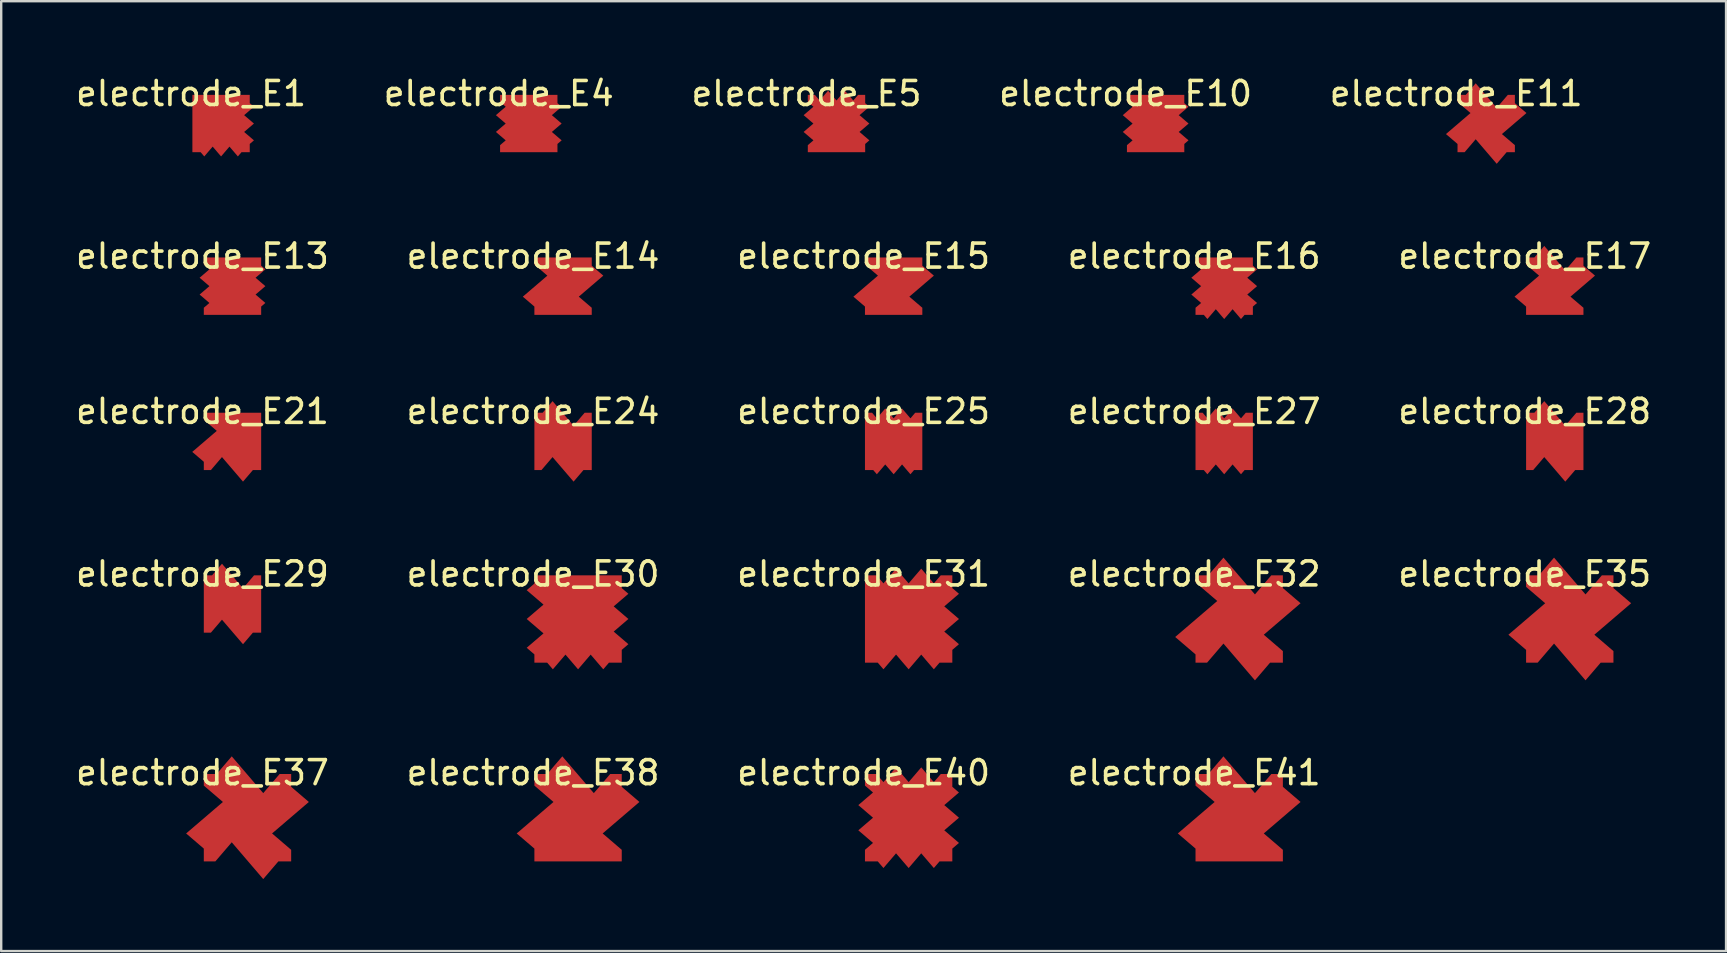
<source format=kicad_pcb>
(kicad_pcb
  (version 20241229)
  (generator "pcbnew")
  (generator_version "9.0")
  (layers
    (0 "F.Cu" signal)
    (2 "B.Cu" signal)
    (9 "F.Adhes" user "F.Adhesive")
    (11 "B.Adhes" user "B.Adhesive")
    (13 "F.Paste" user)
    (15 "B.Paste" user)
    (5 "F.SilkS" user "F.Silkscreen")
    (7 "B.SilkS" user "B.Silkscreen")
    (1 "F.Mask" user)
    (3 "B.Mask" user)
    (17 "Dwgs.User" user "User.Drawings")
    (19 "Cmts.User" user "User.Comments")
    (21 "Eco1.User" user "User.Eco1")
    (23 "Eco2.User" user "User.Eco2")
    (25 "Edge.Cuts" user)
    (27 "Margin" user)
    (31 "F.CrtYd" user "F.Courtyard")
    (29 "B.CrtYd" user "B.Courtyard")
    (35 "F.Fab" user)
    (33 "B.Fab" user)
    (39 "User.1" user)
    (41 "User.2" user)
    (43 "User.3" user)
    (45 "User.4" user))
  (footprint "electrode_E25"
    (layer "F.Cu")
    (at 32.935 14.091)
    (property "Reference" "electrode_E25" (at 0 0 0) (layer "F.SilkS") (effects (font (size 1 1) (thickness 0.15))))
    (attr through_hole)
    (pad "1" smd custom (at 1.25 1.25) (size 0.5 0.5) (layers "F.Cu" "F.Mask" "F.Paste") (options (anchor circle)) (primitives (gr_poly (pts (xy 0.7 -0.961) (xy 0.9 -1.195) (xy 1.195 -1.195) (xy 1.195 1.195) (xy 0.85 1.195) (xy 0.7 1.37) (xy 0.35 0.961) (xy 0 1.37) (xy -0.35 0.961) (xy -0.7 1.37) (xy -0.85 1.195) (xy -1.195 1.195) (xy -1.195 -1.195) (xy -0.9 -1.195) (xy -0.7 -0.961) (xy -0.35 -1.37) (xy 0 -0.961) (xy 0.35 -1.37)) (width 0.0001) (fill yes)))))
  (footprint "electrode_E4"
    (layer "F.Cu")
    (at 17.732 0.848)
    (property "Reference" "electrode_E4" (at 0 0 0) (layer "F.SilkS") (effects (font (size 1 1) (thickness 0.15))))
    (attr through_hole)
    (pad "1" smd custom (at 1.25 1.25) (size 0.5 0.5) (layers "F.Cu" "F.Mask" "F.Paste") (options (anchor circle)) (primitives (gr_poly (pts (xy 1.195 -0.85) (xy 1.37 -0.7) (xy 0.961 -0.35) (xy 1.37 0) (xy 0.961 0.35) (xy 1.37 0.7) (xy 1.195 0.85) (xy 1.195 1.195) (xy -1.195 1.195) (xy -1.195 0.9) (xy -0.961 0.7) (xy -1.37 0.35) (xy -0.961 0) (xy -1.37 -0.35) (xy -0.961 -0.7) (xy -1.195 -0.9) (xy -1.195 -1.195) (xy 1.195 -1.195)) (width 0.0001) (fill yes)))))
  (footprint "electrode_E27"
    (layer "F.Cu")
    (at 46.708 14.091)
    (property "Reference" "electrode_E27" (at 0 0 0) (layer "F.SilkS") (effects (font (size 1 1) (thickness 0.15))))
    (attr through_hole)
    (pad "1" smd custom (at 1.25 1.25) (size 0.5 0.5) (layers "F.Cu" "F.Mask" "F.Paste") (options (anchor circle)) (primitives (gr_poly (pts (xy 0.7 -0.961) (xy 0.9 -1.195) (xy 1.195 -1.195) (xy 1.195 1.195) (xy 0.85 1.195) (xy 0.7 1.37) (xy 0.35 0.961) (xy 0 1.37) (xy -0.35 0.961) (xy -0.7 1.37) (xy -0.85 1.195) (xy -1.195 1.195) (xy -1.195 -1.195) (xy -0.9 -1.195) (xy -0.7 -0.961) (xy -0.35 -1.37) (xy 0 -0.961) (xy 0.35 -1.37)) (width 0.0001) (fill yes)))))
  (footprint "electrode_E28"
    (layer "F.Cu")
    (at 60.482 14.091)
    (property "Reference" "electrode_E28" (at 0 0 0) (layer "F.SilkS") (effects (font (size 1 1) (thickness 0.15))))
    (attr through_hole)
    (pad "1" smd custom (at 1.25 1.25) (size 0.5 0.5) (layers "F.Cu" "F.Mask" "F.Paste") (options (anchor circle)) (primitives (gr_poly (pts (xy 0.438 -0.654) (xy 0.9 -1.195) (xy 1.195 -1.195) (xy 1.195 1.195) (xy 0.85 1.195) (xy 0.438 1.677) (xy -0.438 0.654) (xy -0.9 1.195) (xy -1.195 1.195) (xy -1.195 -1.195) (xy -0.85 -1.195) (xy -0.438 -1.677)) (width 0.0001) (fill yes)))))
  (footprint "electrode_E16"
    (layer "F.Cu")
    (at 46.708 7.623)
    (property "Reference" "electrode_E16" (at 0 0 0) (layer "F.SilkS") (effects (font (size 1 1) (thickness 0.15))))
    (attr through_hole)
    (pad "1" smd custom (at 1.25 1.25) (size 0.5 0.5) (layers "F.Cu" "F.Mask" "F.Paste") (options (anchor circle)) (primitives (gr_poly (pts (xy 1.195 -0.85) (xy 1.37 -0.7) (xy 0.961 -0.35) (xy 1.37 0) (xy 0.961 0.35) (xy 1.37 0.7) (xy 1.195 0.85) (xy 1.195 1.195) (xy 0.85 1.195) (xy 0.7 1.37) (xy 0.35 0.961) (xy 0 1.37) (xy -0.35 0.961) (xy -0.7 1.37) (xy -0.85 1.195) (xy -1.195 1.195) (xy -1.195 0.9) (xy -0.961 0.7) (xy -1.37 0.35) (xy -0.961 0) (xy -1.37 -0.35) (xy -0.961 -0.7) (xy -1.195 -0.9) (xy -1.195 -1.195) (xy 1.195 -1.195)) (width 0.0001) (fill yes)))))
  (footprint "electrode_E17"
    (layer "F.Cu")
    (at 60.482 7.623)
    (property "Reference" "electrode_E17" (at 0 0 0) (layer "F.SilkS") (effects (font (size 1 1) (thickness 0.15))))
    (attr through_hole)
    (pad "1" smd custom (at 1.25 1.25) (size 0.5 0.5) (layers "F.Cu" "F.Mask" "F.Paste") (options (anchor circle)) (primitives (gr_poly (pts (xy 0.438 -0.654) (xy 0.9 -1.195) (xy 1.195 -1.195) (xy 1.195 -0.85) (xy 1.677 -0.438) (xy 0.654 0.438) (xy 1.195 0.9) (xy 1.195 1.195) (xy -1.195 1.195) (xy -1.195 0.85) (xy -1.677 0.438) (xy -0.654 -0.438) (xy -1.195 -0.9) (xy -1.195 -1.195) (xy -0.85 -1.195) (xy -0.438 -1.677)) (width 0.0001) (fill yes)))))
  (footprint "electrode_E10"
    (layer "F.Cu")
    (at 43.851 0.848)
    (property "Reference" "electrode_E10" (at 0 0 0) (layer "F.SilkS") (effects (font (size 1 1) (thickness 0.15))))
    (attr through_hole)
    (pad "1" smd custom (at 1.25 1.25) (size 0.5 0.5) (layers "F.Cu" "F.Mask" "F.Paste") (options (anchor circle)) (primitives (gr_poly (pts (xy 1.195 -0.85) (xy 1.37 -0.7) (xy 0.961 -0.35) (xy 1.37 0) (xy 0.961 0.35) (xy 1.37 0.7) (xy 1.195 0.85) (xy 1.195 1.195) (xy -1.195 1.195) (xy -1.195 0.9) (xy -0.961 0.7) (xy -1.37 0.35) (xy -0.961 0) (xy -1.37 -0.35) (xy -0.961 -0.7) (xy -1.195 -0.9) (xy -1.195 -1.195) (xy 1.195 -1.195)) (width 0.0001) (fill yes)))))
  (footprint "electrode_E30"
    (layer "F.Cu")
    (at 19.161 20.866)
    (property "Reference" "electrode_E30" (at 0 0 0) (layer "F.SilkS") (effects (font (size 1 1) (thickness 0.15))))
    (attr through_hole)
    (pad "1" smd custom (at 1.875 1.875) (size 0.5 0.5) (layers "F.Cu" "F.Mask" "F.Paste") (options (anchor circle)) (primitives (gr_poly (pts (xy 1.82 -1.287) (xy 2.097 -1.05) (xy 1.484 -0.525) (xy 2.097 0) (xy 1.484 0.525) (xy 2.097 1.05) (xy 1.82 1.287) (xy 1.82 1.82) (xy 1.287 1.82) (xy 1.05 2.097) (xy 0.525 1.484) (xy 0 2.097) (xy -0.525 1.484) (xy -1.05 2.097) (xy -1.287 1.82) (xy -1.82 1.82) (xy -1.82 1.475) (xy -2.141 1.2) (xy -1.44 0.6) (xy -2.141 0) (xy -1.44 -0.6) (xy -2.141 -1.2) (xy -1.82 -1.475) (xy -1.82 -1.82) (xy 1.82 -1.82)) (width 0.0001) (fill yes)))))
  (footprint "electrode_E15"
    (layer "F.Cu")
    (at 32.935 7.623)
    (property "Reference" "electrode_E15" (at 0 0 0) (layer "F.SilkS") (effects (font (size 1 1) (thickness 0.15))))
    (attr through_hole)
    (pad "1" smd custom (at 1.25 1.25) (size 0.5 0.5) (layers "F.Cu" "F.Mask" "F.Paste") (options (anchor circle)) (primitives (gr_poly (pts (xy 1.195 -0.85) (xy 1.677 -0.438) (xy 0.654 0.438) (xy 1.195 0.9) (xy 1.195 1.195) (xy -1.195 1.195) (xy -1.195 0.85) (xy -1.677 0.438) (xy -0.654 -0.438) (xy -1.195 -0.9) (xy -1.195 -1.195) (xy 1.195 -1.195)) (width 0.0001) (fill yes)))))
  (footprint "electrode_E21"
    (layer "F.Cu")
    (at 5.387 14.091)
    (property "Reference" "electrode_E21" (at 0 0 0) (layer "F.SilkS") (effects (font (size 1 1) (thickness 0.15))))
    (attr through_hole)
    (pad "1" smd custom (at 1.25 1.25) (size 0.5 0.5) (layers "F.Cu" "F.Mask" "F.Paste") (options (anchor circle)) (primitives (gr_poly (pts (xy 1.195 1.195) (xy 0.85 1.195) (xy 0.438 1.677) (xy -0.438 0.654) (xy -0.9 1.195) (xy -1.195 1.195) (xy -1.195 0.85) (xy -1.677 0.438) (xy -0.654 -0.438) (xy -1.195 -0.9) (xy -1.195 -1.195) (xy 1.195 -1.195)) (width 0.0001) (fill yes)))))
  (footprint "electrode_E40"
    (layer "F.Cu")
    (at 32.935 29.146)
    (property "Reference" "electrode_E40" (at 0 0 0) (layer "F.SilkS") (effects (font (size 1 1) (thickness 0.15))))
    (attr through_hole)
    (pad "1" smd custom (at 1.875 1.875) (size 0.5 0.5) (layers "F.Cu" "F.Mask" "F.Paste") (options (anchor circle)) (primitives (gr_poly (pts (xy 1.05 -1.484) (xy 1.338 -1.82) (xy 1.82 -1.82) (xy 1.82 -1.287) (xy 2.097 -1.05) (xy 1.484 -0.525) (xy 2.097 0) (xy 1.484 0.525) (xy 2.097 1.05) (xy 1.82 1.287) (xy 1.82 1.82) (xy 1.287 1.82) (xy 1.05 2.097) (xy 0.525 1.484) (xy 0 2.097) (xy -0.525 1.484) (xy -1.05 2.097) (xy -1.287 1.82) (xy -1.82 1.82) (xy -1.82 1.338) (xy -1.484 1.05) (xy -2.097 0.525) (xy -1.484 0) (xy -2.097 -0.525) (xy -1.484 -1.05) (xy -1.82 -1.338) (xy -1.82 -1.82) (xy -1.338 -1.82) (xy -1.05 -1.484) (xy -0.525 -2.097) (xy 0 -1.484) (xy 0.525 -2.097)) (width 0.0001) (fill yes)))))
  (footprint "electrode_E31"
    (layer "F.Cu")
    (at 32.935 20.866)
    (property "Reference" "electrode_E31" (at 0 0 0) (layer "F.SilkS") (effects (font (size 1 1) (thickness 0.15))))
    (attr through_hole)
    (pad "1" smd custom (at 1.875 1.875) (size 0.5 0.5) (layers "F.Cu" "F.Mask" "F.Paste") (options (anchor circle)) (primitives (gr_poly (pts (xy 1.05 -1.484) (xy 1.338 -1.82) (xy 1.82 -1.82) (xy 1.82 -1.287) (xy 2.097 -1.05) (xy 1.484 -0.525) (xy 2.097 0) (xy 1.484 0.525) (xy 2.097 1.05) (xy 1.82 1.287) (xy 1.82 1.82) (xy 1.287 1.82) (xy 1.05 2.097) (xy 0.525 1.484) (xy 0 2.097) (xy -0.525 1.484) (xy -1.05 2.097) (xy -1.287 1.82) (xy -1.82 1.82) (xy -1.82 -1.82) (xy -1.338 -1.82) (xy -1.05 -1.484) (xy -0.525 -2.097) (xy 0 -1.484) (xy 0.525 -2.097)) (width 0.0001) (fill yes)))))
  (footprint "electrode_E11"
    (layer "F.Cu")
    (at 57.625 0.848)
    (property "Reference" "electrode_E11" (at 0 0 0) (layer "F.SilkS") (effects (font (size 1 1) (thickness 0.15))))
    (attr through_hole)
    (pad "1" smd custom (at 1.25 1.25) (size 0.5 0.5) (layers "F.Cu" "F.Mask" "F.Paste") (options (anchor circle)) (primitives (gr_poly (pts (xy 0.438 -0.654) (xy 0.9 -1.195) (xy 1.195 -1.195) (xy 1.195 -0.85) (xy 1.677 -0.438) (xy 0.654 0.438) (xy 1.195 0.9) (xy 1.195 1.195) (xy 0.85 1.195) (xy 0.438 1.677) (xy -0.438 0.654) (xy -0.9 1.195) (xy -1.195 1.195) (xy -1.195 0.85) (xy -1.677 0.438) (xy -0.654 -0.438) (xy -1.195 -0.9) (xy -1.195 -1.195) (xy -0.85 -1.195) (xy -0.438 -1.677)) (width 0.0001) (fill yes)))))
  (footprint "electrode_E14"
    (layer "F.Cu")
    (at 19.161 7.623)
    (property "Reference" "electrode_E14" (at 0 0 0) (layer "F.SilkS") (effects (font (size 1 1) (thickness 0.15))))
    (attr through_hole)
    (pad "1" smd custom (at 1.25 1.25) (size 0.5 0.5) (layers "F.Cu" "F.Mask" "F.Paste") (options (anchor circle)) (primitives (gr_poly (pts (xy 1.195 -0.85) (xy 1.677 -0.438) (xy 0.654 0.438) (xy 1.195 0.9) (xy 1.195 1.195) (xy -1.195 1.195) (xy -1.195 0.85) (xy -1.677 0.438) (xy -0.654 -0.438) (xy -1.195 -0.9) (xy -1.195 -1.195) (xy 1.195 -1.195)) (width 0.0001) (fill yes)))))
  (footprint "electrode_E32"
    (layer "F.Cu")
    (at 46.708 20.866)
    (property "Reference" "electrode_E32" (at 0 0 0) (layer "F.SilkS") (effects (font (size 1 1) (thickness 0.15))))
    (attr through_hole)
    (pad "1" smd custom (at 1.875 1.875) (size 0.5 0.5) (layers "F.Cu" "F.Mask" "F.Paste") (options (anchor circle)) (primitives (gr_poly (pts (xy 0.656 -1.024) (xy 1.338 -1.82) (xy 1.82 -1.82) (xy 1.82 -1.287) (xy 2.557 -0.656) (xy 1.024 0.656) (xy 1.82 1.338) (xy 1.82 1.82) (xy 1.287 1.82) (xy 0.656 2.557) (xy -0.656 1.024) (xy -1.338 1.82) (xy -1.82 1.82) (xy -1.82 1.475) (xy -2.667 0.75) (xy -0.914 -0.75) (xy -1.82 -1.525) (xy -1.82 -1.82) (xy -1.287 -1.82) (xy -0.656 -2.557)) (width 0.0001) (fill yes)))))
  (footprint "electrode_E24"
    (layer "F.Cu")
    (at 19.161 14.091)
    (property "Reference" "electrode_E24" (at 0 0 0) (layer "F.SilkS") (effects (font (size 1 1) (thickness 0.15))))
    (attr through_hole)
    (pad "1" smd custom (at 1.25 1.25) (size 0.5 0.5) (layers "F.Cu" "F.Mask" "F.Paste") (options (anchor circle)) (primitives (gr_poly (pts (xy 0.438 -0.654) (xy 0.9 -1.195) (xy 1.195 -1.195) (xy 1.195 1.195) (xy 0.85 1.195) (xy 0.438 1.677) (xy -0.438 0.654) (xy -0.9 1.195) (xy -1.195 1.195) (xy -1.195 -1.195) (xy -0.85 -1.195) (xy -0.438 -1.677)) (width 0.0001) (fill yes)))))
  (footprint "electrode_E5"
    (layer "F.Cu")
    (at 30.554 0.848)
    (property "Reference" "electrode_E5" (at 0 0 0) (layer "F.SilkS") (effects (font (size 1 1) (thickness 0.15))))
    (attr through_hole)
    (pad "1" smd custom (at 1.25 1.25) (size 0.5 0.5) (layers "F.Cu" "F.Mask" "F.Paste") (options (anchor circle)) (primitives (gr_poly (pts (xy 0.7 -0.961) (xy 0.9 -1.195) (xy 1.195 -1.195) (xy 1.195 -0.85) (xy 1.37 -0.7) (xy 0.961 -0.35) (xy 1.37 0) (xy 0.961 0.35) (xy 1.37 0.7) (xy 1.195 0.85) (xy 1.195 1.195) (xy -1.195 1.195) (xy -1.195 0.9) (xy -0.961 0.7) (xy -1.37 0.35) (xy -0.961 0) (xy -1.37 -0.35) (xy -0.961 -0.7) (xy -1.195 -0.9) (xy -1.195 -1.195) (xy -0.9 -1.195) (xy -0.7 -0.961) (xy -0.35 -1.37) (xy 0 -0.961) (xy 0.35 -1.37)) (width 0.0001) (fill yes)))))
  (footprint "electrode_E38"
    (layer "F.Cu")
    (at 19.161 29.146)
    (property "Reference" "electrode_E38" (at 0 0 0) (layer "F.SilkS") (effects (font (size 1 1) (thickness 0.15))))
    (attr through_hole)
    (pad "1" smd custom (at 1.875 1.875) (size 0.5 0.5) (layers "F.Cu" "F.Mask" "F.Paste") (options (anchor circle)) (primitives (gr_poly (pts (xy 0.656 -1.024) (xy 1.338 -1.82) (xy 1.82 -1.82) (xy 1.82 -1.287) (xy 2.557 -0.656) (xy 1.024 0.656) (xy 1.82 1.338) (xy 1.82 1.82) (xy -1.82 1.82) (xy -1.82 1.287) (xy -2.557 0.656) (xy -1.024 -0.656) (xy -1.82 -1.338) (xy -1.82 -1.82) (xy -1.287 -1.82) (xy -0.656 -2.557)) (width 0.0001) (fill yes)))))
  (footprint "electrode_E29"
    (layer "F.Cu")
    (at 5.387 20.866)
    (property "Reference" "electrode_E29" (at 0 0 0) (layer "F.SilkS") (effects (font (size 1 1) (thickness 0.15))))
    (attr through_hole)
    (pad "1" smd custom (at 1.25 1.25) (size 0.5 0.5) (layers "F.Cu" "F.Mask" "F.Paste") (options (anchor circle)) (primitives (gr_poly (pts (xy 0.438 -0.654) (xy 0.9 -1.195) (xy 1.195 -1.195) (xy 1.195 1.195) (xy 0.85 1.195) (xy 0.438 1.677) (xy -0.438 0.654) (xy -0.9 1.195) (xy -1.195 1.195) (xy -1.195 -1.195) (xy -0.85 -1.195) (xy -0.438 -1.677)) (width 0.0001) (fill yes)))))
  (footprint "electrode_E35"
    (layer "F.Cu")
    (at 60.482 20.866)
    (property "Reference" "electrode_E35" (at 0 0 0) (layer "F.SilkS") (effects (font (size 1 1) (thickness 0.15))))
    (attr through_hole)
    (pad "1" smd custom (at 1.875 1.875) (size 0.5 0.5) (layers "F.Cu" "F.Mask" "F.Paste") (options (anchor circle)) (primitives (gr_poly (pts (xy 0.656 -1.024) (xy 1.338 -1.82) (xy 1.82 -1.82) (xy 1.82 -1.287) (xy 2.557 -0.656) (xy 1.024 0.656) (xy 1.82 1.338) (xy 1.82 1.82) (xy 1.287 1.82) (xy 0.656 2.557) (xy -0.656 1.024) (xy -1.338 1.82) (xy -1.82 1.82) (xy -1.82 1.287) (xy -2.557 0.656) (xy -1.024 -0.656) (xy -1.82 -1.338) (xy -1.82 -1.82) (xy -1.287 -1.82) (xy -0.656 -2.557)) (width 0.0001) (fill yes)))))
  (footprint "electrode_E37"
    (layer "F.Cu")
    (at 5.387 29.146)
    (property "Reference" "electrode_E37" (at 0 0 0) (layer "F.SilkS") (effects (font (size 1 1) (thickness 0.15))))
    (attr through_hole)
    (pad "1" smd custom (at 1.875 1.875) (size 0.5 0.5) (layers "F.Cu" "F.Mask" "F.Paste") (options (anchor circle)) (primitives (gr_poly (pts (xy 0.656 -1.024) (xy 1.338 -1.82) (xy 1.82 -1.82) (xy 1.82 -1.287) (xy 2.557 -0.656) (xy 1.024 0.656) (xy 1.82 1.338) (xy 1.82 1.82) (xy 1.287 1.82) (xy 0.656 2.557) (xy -0.656 1.024) (xy -1.338 1.82) (xy -1.82 1.82) (xy -1.82 1.287) (xy -2.557 0.656) (xy -1.024 -0.656) (xy -1.82 -1.338) (xy -1.82 -1.82) (xy -1.287 -1.82) (xy -0.656 -2.557)) (width 0.0001) (fill yes)))))
  (footprint "electrode_E13"
    (layer "F.Cu")
    (at 5.387 7.623)
    (property "Reference" "electrode_E13" (at 0 0 0) (layer "F.SilkS") (effects (font (size 1 1) (thickness 0.15))))
    (attr through_hole)
    (pad "1" smd custom (at 1.25 1.25) (size 0.5 0.5) (layers "F.Cu" "F.Mask" "F.Paste") (options (anchor circle)) (primitives (gr_poly (pts (xy 1.195 -0.85) (xy 1.37 -0.7) (xy 0.961 -0.35) (xy 1.37 0) (xy 0.961 0.35) (xy 1.37 0.7) (xy 1.195 0.85) (xy 1.195 1.195) (xy -1.195 1.195) (xy -1.195 0.9) (xy -0.961 0.7) (xy -1.37 0.35) (xy -0.961 0) (xy -1.37 -0.35) (xy -0.961 -0.7) (xy -1.195 -0.9) (xy -1.195 -1.195) (xy 1.195 -1.195)) (width 0.0001) (fill yes)))))
  (footprint "electrode_E1"
    (layer "F.Cu")
    (at 4.911 0.848)
    (property "Reference" "electrode_E1" (at 0 0 0) (layer "F.SilkS") (effects (font (size 1 1) (thickness 0.15))))
    (attr through_hole)
    (pad "1" smd custom (at 1.25 1.25) (size 0.5 0.5) (layers "F.Cu" "F.Mask" "F.Paste") (options (anchor circle)) (primitives (gr_poly (pts (xy 1.195 -0.85) (xy 1.37 -0.7) (xy 0.961 -0.35) (xy 1.37 0) (xy 0.961 0.35) (xy 1.37 0.7) (xy 1.195 0.85) (xy 1.195 1.195) (xy 0.85 1.195) (xy 0.7 1.37) (xy 0.35 0.961) (xy 0 1.37) (xy -0.35 0.961) (xy -0.7 1.37) (xy -0.85 1.195) (xy -1.195 1.195) (xy -1.195 -1.195) (xy 1.195 -1.195)) (width 0.0001) (fill yes)))))
  (footprint "electrode_E41"
    (layer "F.Cu")
    (at 46.708 29.146)
    (property "Reference" "electrode_E41" (at 0 0 0) (layer "F.SilkS") (effects (font (size 1 1) (thickness 0.15))))
    (attr through_hole)
    (pad "1" smd custom (at 1.875 1.875) (size 0.5 0.5) (layers "F.Cu" "F.Mask" "F.Paste") (options (anchor circle)) (primitives (gr_poly (pts (xy 0.656 -1.024) (xy 1.338 -1.82) (xy 1.82 -1.82) (xy 1.82 -1.287) (xy 2.557 -0.656) (xy 1.024 0.656) (xy 1.82 1.338) (xy 1.82 1.82) (xy -1.82 1.82) (xy -1.82 1.287) (xy -2.557 0.656) (xy -1.024 -0.656) (xy -1.82 -1.338) (xy -1.82 -1.82) (xy -1.287 -1.82) (xy -0.656 -2.557)) (width 0.0001) (fill yes)))))
  (gr_rect
    (start -3 -3)
    (end 68.869 36.579)
    (stroke (width 0.1) (type default))
    (fill no)
    (layer "Edge.Cuts")))
</source>
